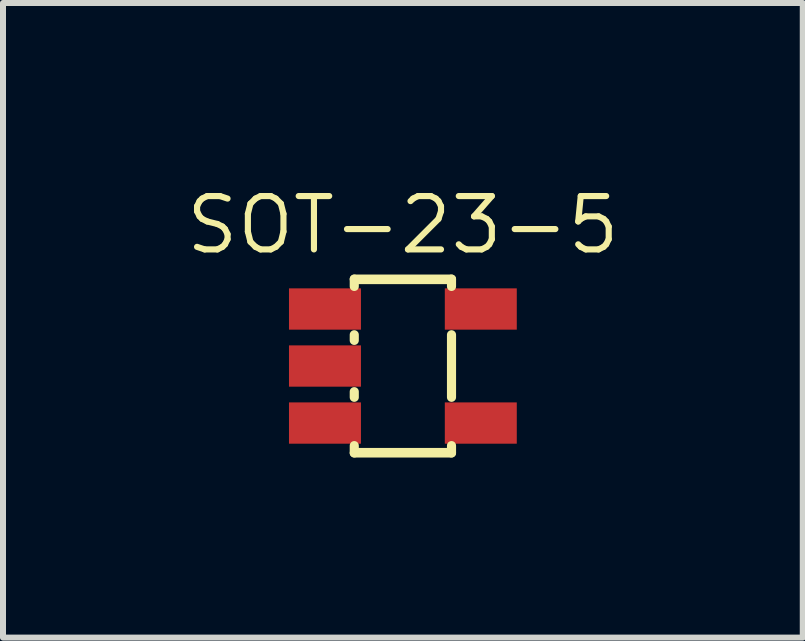
<source format=kicad_pcb>
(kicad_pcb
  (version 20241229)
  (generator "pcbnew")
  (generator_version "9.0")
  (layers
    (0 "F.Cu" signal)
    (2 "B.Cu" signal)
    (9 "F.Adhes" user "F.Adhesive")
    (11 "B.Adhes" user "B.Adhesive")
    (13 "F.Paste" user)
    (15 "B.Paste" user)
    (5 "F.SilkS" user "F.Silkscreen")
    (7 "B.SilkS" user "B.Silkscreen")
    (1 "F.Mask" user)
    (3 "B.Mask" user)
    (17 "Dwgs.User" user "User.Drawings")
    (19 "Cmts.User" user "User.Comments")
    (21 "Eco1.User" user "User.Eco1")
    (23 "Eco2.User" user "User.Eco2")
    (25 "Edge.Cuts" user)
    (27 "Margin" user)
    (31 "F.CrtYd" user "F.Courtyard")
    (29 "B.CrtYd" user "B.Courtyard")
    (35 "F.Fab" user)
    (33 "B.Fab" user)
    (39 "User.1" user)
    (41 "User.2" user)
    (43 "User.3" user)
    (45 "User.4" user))
  (footprint "SOT-23-5"
    (layer "F.Cu")
    (at 3.662 3.048)
    (property "Reference" "SOT-23-5" (at 0 -2.349 0) (layer "F.SilkS") (effects (font (size 0.889 0.889) (thickness 0.102))))
    (attr smd)
    (fp_line (start -0.81 -1.448) (end 0.81 -1.448) (stroke (width 0.152) (type solid)) (layer "F.SilkS"))
    (fp_line (start -0.81 -1.326) (end -0.81 -1.448) (stroke (width 0.152) (type solid)) (layer "F.SilkS"))
    (fp_line (start -0.81 -0.427) (end -0.81 -0.521) (stroke (width 0.152) (type solid)) (layer "F.SilkS"))
    (fp_line (start -0.81 0.521) (end -0.81 0.427) (stroke (width 0.152) (type solid)) (layer "F.SilkS"))
    (fp_line (start -0.81 1.448) (end -0.81 1.326) (stroke (width 0.152) (type solid)) (layer "F.SilkS"))
    (fp_line (start -0.762 -1.397) (end 0.762 -1.397) (stroke (width 0.066) (type solid)) (layer "F.SilkS"))
    (fp_line (start -0.762 1.397) (end 0.762 1.397) (stroke (width 0.066) (type solid)) (layer "F.SilkS"))
    (fp_line (start 0.81 -1.448) (end 0.81 -1.326) (stroke (width 0.152) (type solid)) (layer "F.SilkS"))
    (fp_line (start 0.81 -0.521) (end 0.81 0.521) (stroke (width 0.152) (type solid)) (layer "F.SilkS"))
    (fp_line (start 0.81 1.326) (end 0.81 1.448) (stroke (width 0.152) (type solid)) (layer "F.SilkS"))
    (fp_line (start 0.81 1.448) (end -0.81 1.448) (stroke (width 0.152) (type solid)) (layer "F.SilkS"))
    (pad "1" smd rect (at -1.298 -0.95 270) (size 0.688 1.199) (layers "F.Cu" "F.Mask" "F.Paste"))
    (pad "2" smd rect (at -1.298 0 270) (size 0.688 1.199) (layers "F.Cu" "F.Mask" "F.Paste"))
    (pad "3" smd rect (at -1.298 0.95 270) (size 0.688 1.199) (layers "F.Cu" "F.Mask" "F.Paste"))
    (pad "4" smd rect (at 1.298 0.95 270) (size 0.688 1.199) (layers "F.Cu" "F.Mask" "F.Paste"))
    (pad "5" smd rect (at 1.298 -0.95 270) (size 0.688 1.199) (layers "F.Cu" "F.Mask" "F.Paste")))
  (gr_rect
    (start -3 -3)
    (end 10.324 7.572)
    (stroke (width 0.1) (type default))
    (fill no)
    (layer "Edge.Cuts")))
</source>
